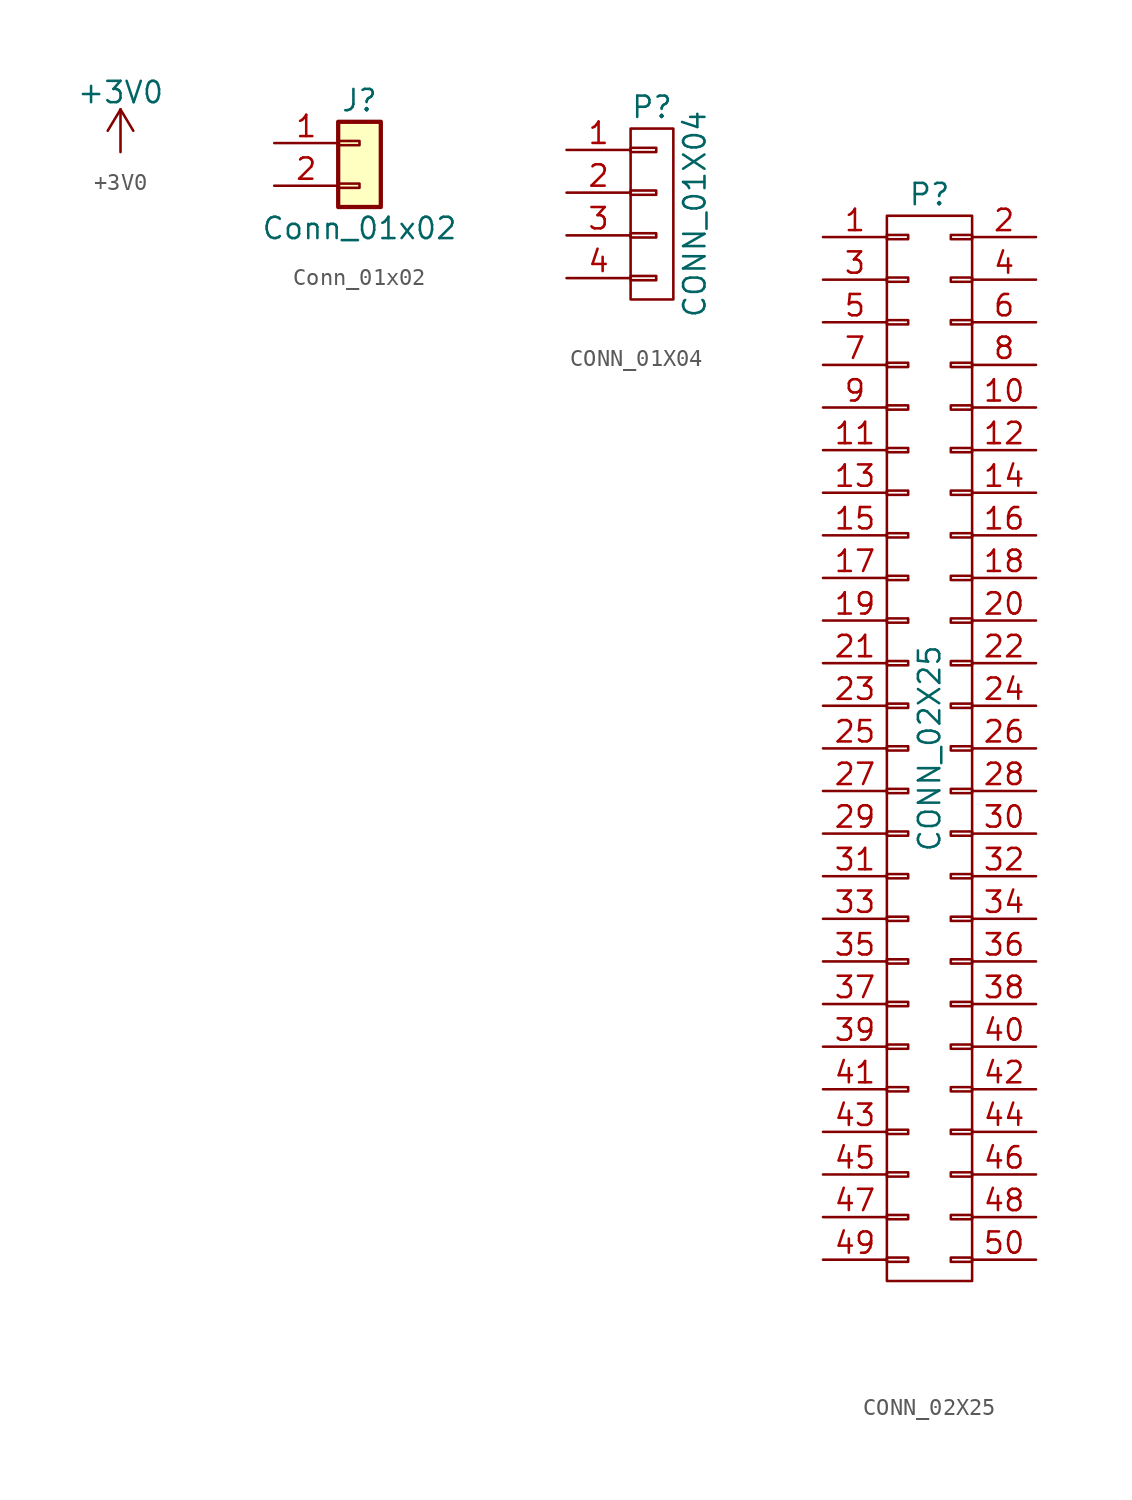
<source format=kicad_sym>
(kicad_symbol_lib
  (version 20220914)
  (generator kicad_symbol_editor)
  (symbol "+3V0"
    (power)
    (pin_names
      (offset 0))
    (property "Reference" "#PWR"
      (at 0 -3.81 0)
      (effects (font (size 1.27 1.27)) hide))
    (property "Value" "+3V0"
      (at 0 3.556 0)
      (effects (font (size 1.27 1.27))))
    (property "Footprint" ""
      (at 0 0 0)
      (effects (font (size 1.524 1.524))))
    (property "Datasheet" ""
      (at 0 0 0)
      (effects (font (size 1.524 1.524))))
    (symbol "+3V0_0_1"
      (polyline (pts (xy -0.762 1.27) (xy 0 2.54)) (stroke (width 0) (type solid)) (fill (type none)))
      (polyline (pts (xy 0 0) (xy 0 2.54)) (stroke (width 0) (type solid)) (fill (type none)))
      (polyline (pts (xy 0 2.54) (xy 0.762 1.27)) (stroke (width 0) (type solid)) (fill (type none))))
    (symbol "+3V0_1_1"
      (pin power_in line (at 0 0 90) (length 0) hide (name "+3V0" (effects (font (size 1.27 1.27)))) (number "1" (effects (font (size 1.27 1.27)))))))
  (symbol "Conn_01x02"
    (pin_names
      (offset 1.016) hide)
    (property "Reference" "J"
      (at 0 2.54 0)
      (effects (font (size 1.27 1.27))))
    (property "Value" "Conn_01x02"
      (at 0 -5.08 0)
      (effects (font (size 1.27 1.27))))
    (symbol "Conn_01x02_1_1"
      (rectangle (start -1.27 -2.413) (end 0 -2.667) (stroke (width 0.152) (type solid)) (fill (type none)))
      (rectangle (start -1.27 0.127) (end 0 -0.127) (stroke (width 0.152) (type solid)) (fill (type none)))
      (rectangle (start -1.27 1.27) (end 1.27 -3.81) (stroke (width 0.254) (type solid)) (fill (type background)))
      (pin passive line (at -5.08 0 0) (length 3.81) (name "Pin_1" (effects (font (size 1.27 1.27)))) (number "1" (effects (font (size 1.27 1.27)))))
      (pin passive line (at -5.08 -2.54 0) (length 3.81) (name "Pin_2" (effects (font (size 1.27 1.27)))) (number "2" (effects (font (size 1.27 1.27)))))))
  (symbol "CONN_01X04"
    (pin_names
      (offset 1.016) hide)
    (property "Reference" "P"
      (at 0 6.35 0)
      (effects (font (size 1.27 1.27))))
    (property "Value" "CONN_01X04"
      (at 2.54 0 90)
      (effects (font (size 1.27 1.27))))
    (property "Footprint" ""
      (at 0 0 0)
      (effects (font (size 1.27 1.27))))
    (property "Datasheet" ""
      (at 0 0 0)
      (effects (font (size 1.27 1.27))))
    (symbol "CONN_01X04_0_1"
      (rectangle (start -1.27 -3.683) (end 0.254 -3.937) (stroke (width 0) (type solid)) (fill (type none)))
      (rectangle (start -1.27 -1.143) (end 0.254 -1.397) (stroke (width 0) (type solid)) (fill (type none)))
      (rectangle (start -1.27 1.397) (end 0.254 1.143) (stroke (width 0) (type solid)) (fill (type none)))
      (rectangle (start -1.27 3.937) (end 0.254 3.683) (stroke (width 0) (type solid)) (fill (type none)))
      (rectangle (start -1.27 5.08) (end 1.27 -5.08) (stroke (width 0) (type solid)) (fill (type none))))
    (symbol "CONN_01X04_1_1"
      (pin passive line (at -5.08 3.81 0) (length 3.81) (name "P1" (effects (font (size 1.27 1.27)))) (number "1" (effects (font (size 1.27 1.27)))))
      (pin passive line (at -5.08 1.27 0) (length 3.81) (name "P2" (effects (font (size 1.27 1.27)))) (number "2" (effects (font (size 1.27 1.27)))))
      (pin passive line (at -5.08 -1.27 0) (length 3.81) (name "P3" (effects (font (size 1.27 1.27)))) (number "3" (effects (font (size 1.27 1.27)))))
      (pin passive line (at -5.08 -3.81 0) (length 3.81) (name "P4" (effects (font (size 1.27 1.27)))) (number "4" (effects (font (size 1.27 1.27)))))))
  (symbol "CONN_02X25"
    (pin_names
      (offset 0.025) hide)
    (property "Reference" "P"
      (at 0 33.02 0)
      (effects (font (size 1.27 1.27))))
    (property "Value" "CONN_02X25"
      (at 0 0 90)
      (effects (font (size 1.27 1.27))))
    (property "Footprint" ""
      (at 0 -19.05 0)
      (effects (font (size 1.27 1.27))))
    (property "Datasheet" ""
      (at 0 -19.05 0)
      (effects (font (size 1.27 1.27))))
    (symbol "CONN_02X25_0_1"
      (rectangle (start -2.54 -30.353) (end -1.27 -30.607) (stroke (width 0) (type solid)) (fill (type none)))
      (rectangle (start -2.54 -27.813) (end -1.27 -28.067) (stroke (width 0) (type solid)) (fill (type none)))
      (rectangle (start -2.54 -25.273) (end -1.27 -25.527) (stroke (width 0) (type solid)) (fill (type none)))
      (rectangle (start -2.54 -22.733) (end -1.27 -22.987) (stroke (width 0) (type solid)) (fill (type none)))
      (rectangle (start -2.54 -20.193) (end -1.27 -20.447) (stroke (width 0) (type solid)) (fill (type none)))
      (rectangle (start -2.54 -17.653) (end -1.27 -17.907) (stroke (width 0) (type solid)) (fill (type none)))
      (rectangle (start -2.54 -15.113) (end -1.27 -15.367) (stroke (width 0) (type solid)) (fill (type none)))
      (rectangle (start -2.54 -12.573) (end -1.27 -12.827) (stroke (width 0) (type solid)) (fill (type none)))
      (rectangle (start -2.54 -10.033) (end -1.27 -10.287) (stroke (width 0) (type solid)) (fill (type none)))
      (rectangle (start -2.54 -7.493) (end -1.27 -7.747) (stroke (width 0) (type solid)) (fill (type none)))
      (rectangle (start -2.54 -4.953) (end -1.27 -5.207) (stroke (width 0) (type solid)) (fill (type none)))
      (rectangle (start -2.54 -2.413) (end -1.27 -2.667) (stroke (width 0) (type solid)) (fill (type none)))
      (rectangle (start -2.54 0.127) (end -1.27 -0.127) (stroke (width 0) (type solid)) (fill (type none)))
      (rectangle (start -2.54 2.667) (end -1.27 2.413) (stroke (width 0) (type solid)) (fill (type none)))
      (rectangle (start -2.54 5.207) (end -1.27 4.953) (stroke (width 0) (type solid)) (fill (type none)))
      (rectangle (start -2.54 7.747) (end -1.27 7.493) (stroke (width 0) (type solid)) (fill (type none)))
      (rectangle (start -2.54 10.287) (end -1.27 10.033) (stroke (width 0) (type solid)) (fill (type none)))
      (rectangle (start -2.54 12.827) (end -1.27 12.573) (stroke (width 0) (type solid)) (fill (type none)))
      (rectangle (start -2.54 15.367) (end -1.27 15.113) (stroke (width 0) (type solid)) (fill (type none)))
      (rectangle (start -2.54 17.907) (end -1.27 17.653) (stroke (width 0) (type solid)) (fill (type none)))
      (rectangle (start -2.54 20.447) (end -1.27 20.193) (stroke (width 0) (type solid)) (fill (type none)))
      (rectangle (start -2.54 22.987) (end -1.27 22.733) (stroke (width 0) (type solid)) (fill (type none)))
      (rectangle (start -2.54 25.527) (end -1.27 25.273) (stroke (width 0) (type solid)) (fill (type none)))
      (rectangle (start -2.54 28.067) (end -1.27 27.813) (stroke (width 0) (type solid)) (fill (type none)))
      (rectangle (start -2.54 30.607) (end -1.27 30.353) (stroke (width 0) (type solid)) (fill (type none)))
      (rectangle (start -2.54 31.75) (end 2.54 -31.75) (stroke (width 0) (type solid)) (fill (type none)))
      (rectangle (start 1.27 -30.353) (end 2.54 -30.607) (stroke (width 0) (type solid)) (fill (type none)))
      (rectangle (start 1.27 -27.813) (end 2.54 -28.067) (stroke (width 0) (type solid)) (fill (type none)))
      (rectangle (start 1.27 -25.273) (end 2.54 -25.527) (stroke (width 0) (type solid)) (fill (type none)))
      (rectangle (start 1.27 -22.733) (end 2.54 -22.987) (stroke (width 0) (type solid)) (fill (type none)))
      (rectangle (start 1.27 -20.193) (end 2.54 -20.447) (stroke (width 0) (type solid)) (fill (type none)))
      (rectangle (start 1.27 -17.653) (end 2.54 -17.907) (stroke (width 0) (type solid)) (fill (type none)))
      (rectangle (start 1.27 -15.113) (end 2.54 -15.367) (stroke (width 0) (type solid)) (fill (type none)))
      (rectangle (start 1.27 -12.573) (end 2.54 -12.827) (stroke (width 0) (type solid)) (fill (type none)))
      (rectangle (start 1.27 -10.033) (end 2.54 -10.287) (stroke (width 0) (type solid)) (fill (type none)))
      (rectangle (start 1.27 -7.493) (end 2.54 -7.747) (stroke (width 0) (type solid)) (fill (type none)))
      (rectangle (start 1.27 -4.953) (end 2.54 -5.207) (stroke (width 0) (type solid)) (fill (type none)))
      (rectangle (start 1.27 -2.413) (end 2.54 -2.667) (stroke (width 0) (type solid)) (fill (type none)))
      (rectangle (start 1.27 0.127) (end 2.54 -0.127) (stroke (width 0) (type solid)) (fill (type none)))
      (rectangle (start 1.27 2.667) (end 2.54 2.413) (stroke (width 0) (type solid)) (fill (type none)))
      (rectangle (start 1.27 5.207) (end 2.54 4.953) (stroke (width 0) (type solid)) (fill (type none)))
      (rectangle (start 1.27 7.747) (end 2.54 7.493) (stroke (width 0) (type solid)) (fill (type none)))
      (rectangle (start 1.27 10.287) (end 2.54 10.033) (stroke (width 0) (type solid)) (fill (type none)))
      (rectangle (start 1.27 12.827) (end 2.54 12.573) (stroke (width 0) (type solid)) (fill (type none)))
      (rectangle (start 1.27 15.367) (end 2.54 15.113) (stroke (width 0) (type solid)) (fill (type none)))
      (rectangle (start 1.27 17.907) (end 2.54 17.653) (stroke (width 0) (type solid)) (fill (type none)))
      (rectangle (start 1.27 20.447) (end 2.54 20.193) (stroke (width 0) (type solid)) (fill (type none)))
      (rectangle (start 1.27 22.987) (end 2.54 22.733) (stroke (width 0) (type solid)) (fill (type none)))
      (rectangle (start 1.27 25.527) (end 2.54 25.273) (stroke (width 0) (type solid)) (fill (type none)))
      (rectangle (start 1.27 28.067) (end 2.54 27.813) (stroke (width 0) (type solid)) (fill (type none)))
      (rectangle (start 1.27 30.607) (end 2.54 30.353) (stroke (width 0) (type solid)) (fill (type none))))
    (symbol "CONN_02X25_1_1"
      (pin passive line (at -6.35 30.48 0) (length 3.81) (name "P1" (effects (font (size 1.27 1.27)))) (number "1" (effects (font (size 1.27 1.27)))))
      (pin passive line (at 6.35 20.32 180) (length 3.81) (name "P10" (effects (font (size 1.27 1.27)))) (number "10" (effects (font (size 1.27 1.27)))))
      (pin passive line (at -6.35 17.78 0) (length 3.81) (name "P11" (effects (font (size 1.27 1.27)))) (number "11" (effects (font (size 1.27 1.27)))))
      (pin passive line (at 6.35 17.78 180) (length 3.81) (name "P12" (effects (font (size 1.27 1.27)))) (number "12" (effects (font (size 1.27 1.27)))))
      (pin passive line (at -6.35 15.24 0) (length 3.81) (name "P13" (effects (font (size 1.27 1.27)))) (number "13" (effects (font (size 1.27 1.27)))))
      (pin passive line (at 6.35 15.24 180) (length 3.81) (name "P14" (effects (font (size 1.27 1.27)))) (number "14" (effects (font (size 1.27 1.27)))))
      (pin passive line (at -6.35 12.7 0) (length 3.81) (name "P15" (effects (font (size 1.27 1.27)))) (number "15" (effects (font (size 1.27 1.27)))))
      (pin passive line (at 6.35 12.7 180) (length 3.81) (name "P16" (effects (font (size 1.27 1.27)))) (number "16" (effects (font (size 1.27 1.27)))))
      (pin passive line (at -6.35 10.16 0) (length 3.81) (name "P17" (effects (font (size 1.27 1.27)))) (number "17" (effects (font (size 1.27 1.27)))))
      (pin passive line (at 6.35 10.16 180) (length 3.81) (name "P18" (effects (font (size 1.27 1.27)))) (number "18" (effects (font (size 1.27 1.27)))))
      (pin passive line (at -6.35 7.62 0) (length 3.81) (name "P19" (effects (font (size 1.27 1.27)))) (number "19" (effects (font (size 1.27 1.27)))))
      (pin passive line (at 6.35 30.48 180) (length 3.81) (name "P2" (effects (font (size 1.27 1.27)))) (number "2" (effects (font (size 1.27 1.27)))))
      (pin passive line (at 6.35 7.62 180) (length 3.81) (name "P20" (effects (font (size 1.27 1.27)))) (number "20" (effects (font (size 1.27 1.27)))))
      (pin passive line (at -6.35 5.08 0) (length 3.81) (name "P21" (effects (font (size 1.27 1.27)))) (number "21" (effects (font (size 1.27 1.27)))))
      (pin passive line (at 6.35 5.08 180) (length 3.81) (name "P22" (effects (font (size 1.27 1.27)))) (number "22" (effects (font (size 1.27 1.27)))))
      (pin passive line (at -6.35 2.54 0) (length 3.81) (name "P23" (effects (font (size 1.27 1.27)))) (number "23" (effects (font (size 1.27 1.27)))))
      (pin passive line (at 6.35 2.54 180) (length 3.81) (name "P24" (effects (font (size 1.27 1.27)))) (number "24" (effects (font (size 1.27 1.27)))))
      (pin passive line (at -6.35 0 0) (length 3.81) (name "P25" (effects (font (size 1.27 1.27)))) (number "25" (effects (font (size 1.27 1.27)))))
      (pin passive line (at 6.35 0 180) (length 3.81) (name "P26" (effects (font (size 1.27 1.27)))) (number "26" (effects (font (size 1.27 1.27)))))
      (pin passive line (at -6.35 -2.54 0) (length 3.81) (name "P27" (effects (font (size 1.27 1.27)))) (number "27" (effects (font (size 1.27 1.27)))))
      (pin passive line (at 6.35 -2.54 180) (length 3.81) (name "P28" (effects (font (size 1.27 1.27)))) (number "28" (effects (font (size 1.27 1.27)))))
      (pin passive line (at -6.35 -5.08 0) (length 3.81) (name "P29" (effects (font (size 1.27 1.27)))) (number "29" (effects (font (size 1.27 1.27)))))
      (pin passive line (at -6.35 27.94 0) (length 3.81) (name "P3" (effects (font (size 1.27 1.27)))) (number "3" (effects (font (size 1.27 1.27)))))
      (pin passive line (at 6.35 -5.08 180) (length 3.81) (name "P30" (effects (font (size 1.27 1.27)))) (number "30" (effects (font (size 1.27 1.27)))))
      (pin passive line (at -6.35 -7.62 0) (length 3.81) (name "P31" (effects (font (size 1.27 1.27)))) (number "31" (effects (font (size 1.27 1.27)))))
      (pin passive line (at 6.35 -7.62 180) (length 3.81) (name "P32" (effects (font (size 1.27 1.27)))) (number "32" (effects (font (size 1.27 1.27)))))
      (pin passive line (at -6.35 -10.16 0) (length 3.81) (name "P33" (effects (font (size 1.27 1.27)))) (number "33" (effects (font (size 1.27 1.27)))))
      (pin passive line (at 6.35 -10.16 180) (length 3.81) (name "P34" (effects (font (size 1.27 1.27)))) (number "34" (effects (font (size 1.27 1.27)))))
      (pin passive line (at -6.35 -12.7 0) (length 3.81) (name "P35" (effects (font (size 1.27 1.27)))) (number "35" (effects (font (size 1.27 1.27)))))
      (pin passive line (at 6.35 -12.7 180) (length 3.81) (name "P36" (effects (font (size 1.27 1.27)))) (number "36" (effects (font (size 1.27 1.27)))))
      (pin passive line (at -6.35 -15.24 0) (length 3.81) (name "P37" (effects (font (size 1.27 1.27)))) (number "37" (effects (font (size 1.27 1.27)))))
      (pin passive line (at 6.35 -15.24 180) (length 3.81) (name "P38" (effects (font (size 1.27 1.27)))) (number "38" (effects (font (size 1.27 1.27)))))
      (pin passive line (at -6.35 -17.78 0) (length 3.81) (name "P39" (effects (font (size 1.27 1.27)))) (number "39" (effects (font (size 1.27 1.27)))))
      (pin passive line (at 6.35 27.94 180) (length 3.81) (name "P4" (effects (font (size 1.27 1.27)))) (number "4" (effects (font (size 1.27 1.27)))))
      (pin passive line (at 6.35 -17.78 180) (length 3.81) (name "P40" (effects (font (size 1.27 1.27)))) (number "40" (effects (font (size 1.27 1.27)))))
      (pin passive line (at -6.35 -20.32 0) (length 3.81) (name "P41" (effects (font (size 1.27 1.27)))) (number "41" (effects (font (size 1.27 1.27)))))
      (pin passive line (at 6.35 -20.32 180) (length 3.81) (name "P42" (effects (font (size 1.27 1.27)))) (number "42" (effects (font (size 1.27 1.27)))))
      (pin passive line (at -6.35 -22.86 0) (length 3.81) (name "P43" (effects (font (size 1.27 1.27)))) (number "43" (effects (font (size 1.27 1.27)))))
      (pin passive line (at 6.35 -22.86 180) (length 3.81) (name "P44" (effects (font (size 1.27 1.27)))) (number "44" (effects (font (size 1.27 1.27)))))
      (pin passive line (at -6.35 -25.4 0) (length 3.81) (name "P45" (effects (font (size 1.27 1.27)))) (number "45" (effects (font (size 1.27 1.27)))))
      (pin passive line (at 6.35 -25.4 180) (length 3.81) (name "P46" (effects (font (size 1.27 1.27)))) (number "46" (effects (font (size 1.27 1.27)))))
      (pin passive line (at -6.35 -27.94 0) (length 3.81) (name "P47" (effects (font (size 1.27 1.27)))) (number "47" (effects (font (size 1.27 1.27)))))
      (pin passive line (at 6.35 -27.94 180) (length 3.81) (name "P48" (effects (font (size 1.27 1.27)))) (number "48" (effects (font (size 1.27 1.27)))))
      (pin passive line (at -6.35 -30.48 0) (length 3.81) (name "P49" (effects (font (size 1.27 1.27)))) (number "49" (effects (font (size 1.27 1.27)))))
      (pin passive line (at -6.35 25.4 0) (length 3.81) (name "P5" (effects (font (size 1.27 1.27)))) (number "5" (effects (font (size 1.27 1.27)))))
      (pin passive line (at 6.35 -30.48 180) (length 3.81) (name "P50" (effects (font (size 1.27 1.27)))) (number "50" (effects (font (size 1.27 1.27)))))
      (pin passive line (at 6.35 25.4 180) (length 3.81) (name "P6" (effects (font (size 1.27 1.27)))) (number "6" (effects (font (size 1.27 1.27)))))
      (pin passive line (at -6.35 22.86 0) (length 3.81) (name "P7" (effects (font (size 1.27 1.27)))) (number "7" (effects (font (size 1.27 1.27)))))
      (pin passive line (at 6.35 22.86 180) (length 3.81) (name "P8" (effects (font (size 1.27 1.27)))) (number "8" (effects (font (size 1.27 1.27)))))
      (pin passive line (at -6.35 20.32 0) (length 3.81) (name "P9" (effects (font (size 1.27 1.27)))) (number "9" (effects (font (size 1.27 1.27))))))))
</source>
